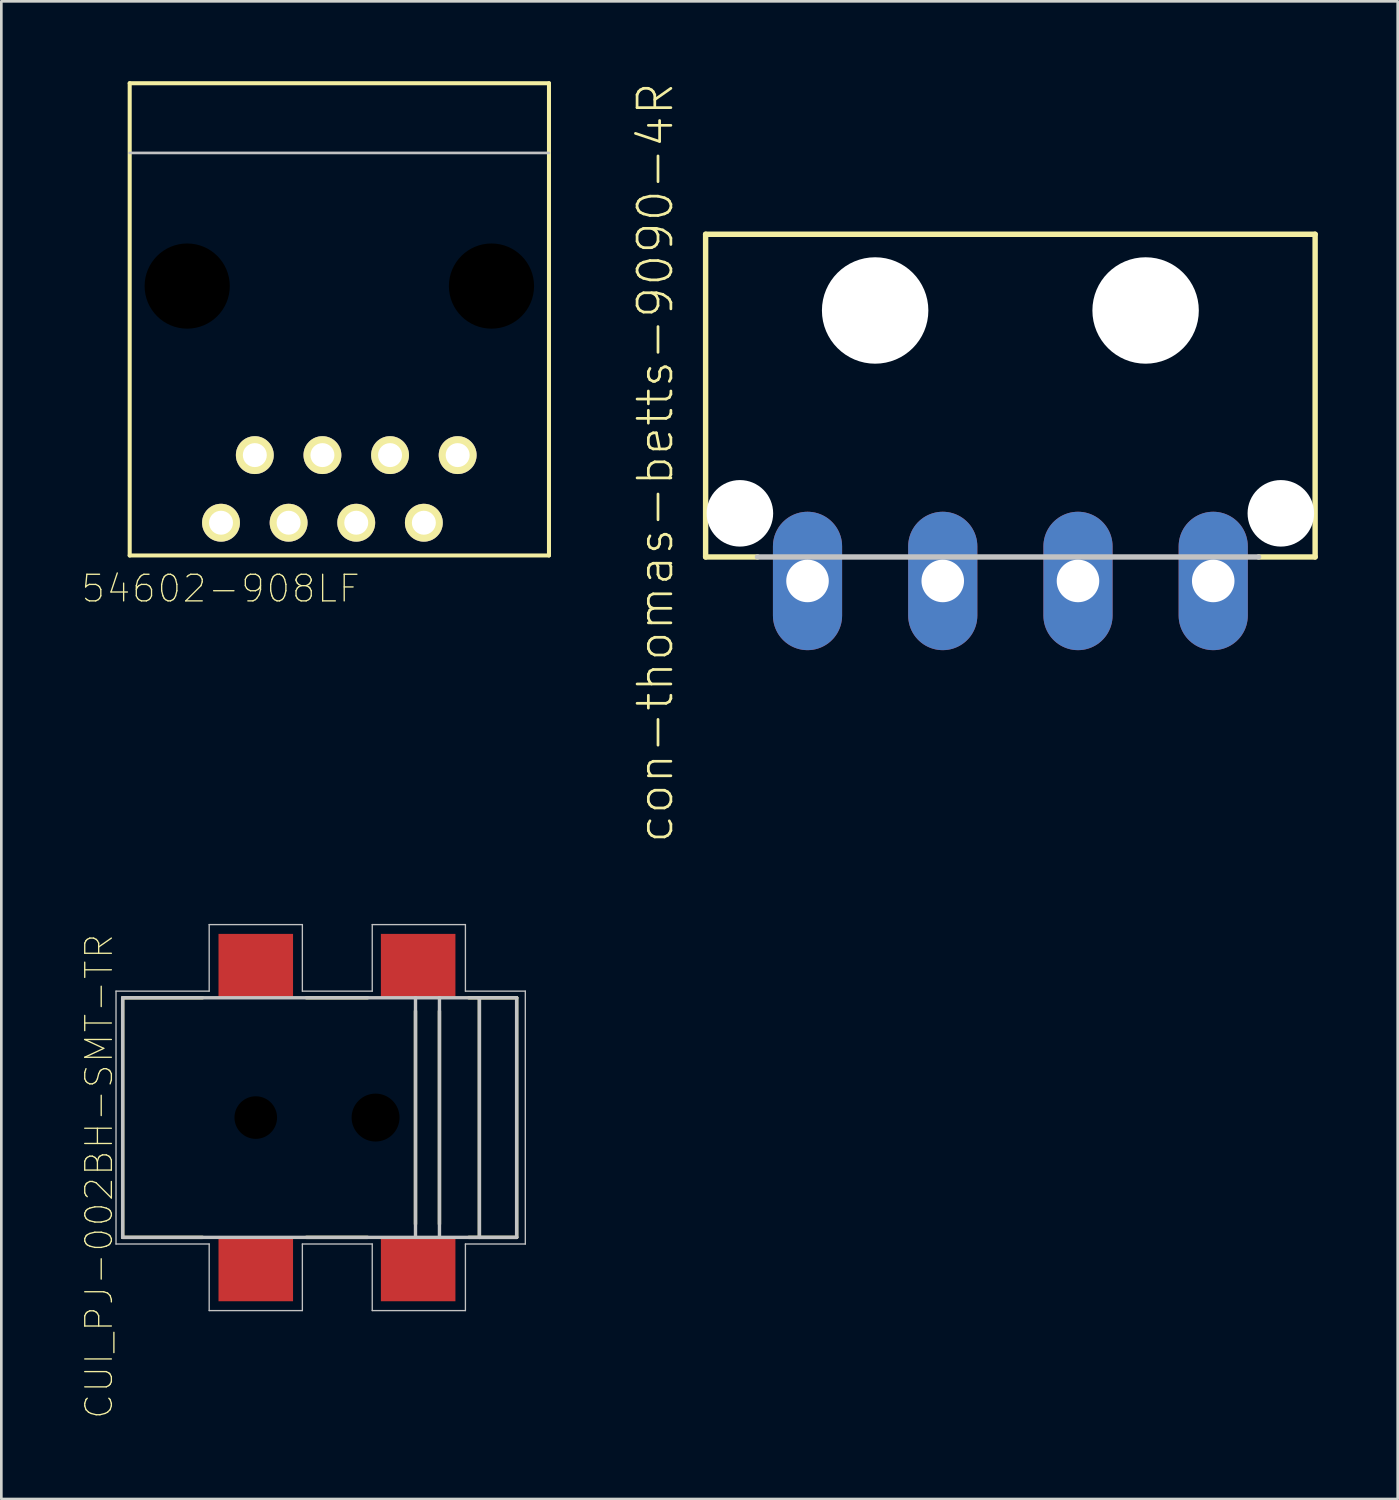
<source format=kicad_pcb>
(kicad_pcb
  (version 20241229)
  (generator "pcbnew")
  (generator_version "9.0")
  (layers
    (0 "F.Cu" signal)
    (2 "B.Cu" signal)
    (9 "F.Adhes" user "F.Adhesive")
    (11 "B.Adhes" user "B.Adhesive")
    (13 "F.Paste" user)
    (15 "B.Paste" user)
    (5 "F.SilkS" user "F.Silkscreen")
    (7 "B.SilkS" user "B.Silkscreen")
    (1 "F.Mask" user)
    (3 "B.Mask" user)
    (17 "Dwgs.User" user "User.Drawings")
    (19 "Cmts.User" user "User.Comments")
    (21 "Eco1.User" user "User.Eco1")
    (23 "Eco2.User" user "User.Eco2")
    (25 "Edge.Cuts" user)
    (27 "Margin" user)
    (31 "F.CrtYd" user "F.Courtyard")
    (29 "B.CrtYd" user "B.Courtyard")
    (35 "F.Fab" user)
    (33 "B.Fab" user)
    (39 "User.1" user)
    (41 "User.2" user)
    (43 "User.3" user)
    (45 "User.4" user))
  (footprint "54602-908LF"
    (layer "F.Cu")
    (at 9.697 7.696)
    (property "Reference" "54602-908LF" (at -4.46 11.365 0) (layer "F.SilkS") (effects (font (size 1 1) (thickness 0.05))))
    (attr through_hole)
    (fp_line (start -7.875 -7.62) (end 7.875 -7.62) (stroke (width 0.152) (type solid)) (layer "F.SilkS"))
    (fp_line (start -7.875 10.12) (end -7.875 -7.62) (stroke (width 0.152) (type solid)) (layer "F.SilkS"))
    (fp_line (start 7.875 -7.62) (end 7.875 10.12) (stroke (width 0.152) (type solid)) (layer "F.SilkS"))
    (fp_line (start 7.875 10.12) (end -7.875 10.12) (stroke (width 0.152) (type solid)) (layer "F.SilkS"))
    (fp_line (start -7.875 -5) (end 7.875 -5) (stroke (width 0.1) (type solid)) (layer "Dwgs.User"))
    (pad "" np_thru_hole circle (at -5.715 0) (size 3.2 3.2) (drill 3.2) (layers))
    (pad "" np_thru_hole circle (at 5.715 0) (size 3.2 3.2) (drill 3.2) (layers))
    (pad "1" thru_hole circle (at 4.445 6.35) (size 1.422 1.422) (drill 0.9) (layers "*.Cu" "*.Mask" "F.SilkS"))
    (pad "2" thru_hole circle (at 3.175 8.89) (size 1.422 1.422) (drill 0.9) (layers "*.Cu" "*.Mask" "F.SilkS"))
    (pad "3" thru_hole circle (at 1.905 6.35) (size 1.422 1.422) (drill 0.9) (layers "*.Cu" "*.Mask" "F.SilkS"))
    (pad "4" thru_hole circle (at 0.635 8.89) (size 1.422 1.422) (drill 0.9) (layers "*.Cu" "*.Mask" "F.SilkS"))
    (pad "5" thru_hole circle (at -0.635 6.35) (size 1.422 1.422) (drill 0.9) (layers "*.Cu" "*.Mask" "F.SilkS"))
    (pad "6" thru_hole circle (at -1.905 8.89) (size 1.422 1.422) (drill 0.9) (layers "*.Cu" "*.Mask" "F.SilkS"))
    (pad "7" thru_hole circle (at -3.175 6.35) (size 1.422 1.422) (drill 0.9) (layers "*.Cu" "*.Mask" "F.SilkS"))
    (pad "8" thru_hole circle (at -4.445 8.89) (size 1.422 1.422) (drill 0.9) (layers "*.Cu" "*.Mask" "F.SilkS")))
  (footprint "con-thomas-betts-9090-4R"
    (layer "F.Cu")
    (at 34.904 12.423)
    (property "Reference" "con-thomas-betts-9090-4R" (at -13.335 1.905 90) (layer "F.SilkS") (effects (font (size 1.27 1.27) (thickness 0.102))))
    (attr exclude_from_pos_files exclude_from_bom)
    (fp_line (start -11.448 -6.673) (end 11.448 -6.673) (stroke (width 0.203) (type solid)) (layer "F.SilkS"))
    (fp_line (start -11.448 5.448) (end -11.448 -6.673) (stroke (width 0.203) (type solid)) (layer "F.SilkS"))
    (fp_line (start -9.5 5.448) (end -11.448 5.448) (stroke (width 0.203) (type solid)) (layer "F.SilkS"))
    (fp_line (start 11.448 -6.673) (end 11.448 5.448) (stroke (width 0.203) (type solid)) (layer "F.SilkS"))
    (fp_line (start 11.448 5.448) (end 9.324 5.448) (stroke (width 0.203) (type solid)) (layer "F.SilkS"))
    (fp_line (start 9.324 5.448) (end -9.5 5.448) (stroke (width 0.203) (type solid)) (layer "Dwgs.User"))
    (pad "" np_thru_hole circle (at -10.16 3.81) (size 2.499 2.499) (drill 2.499) (layers "*.Cu" "*.Mask"))
    (pad "" np_thru_hole circle (at -5.08 -3.81) (size 3.998 3.998) (drill 3.998) (layers "*.Cu" "*.Mask"))
    (pad "" np_thru_hole circle (at 5.08 -3.81) (size 3.998 3.998) (drill 3.998) (layers "*.Cu" "*.Mask"))
    (pad "" np_thru_hole circle (at 10.16 3.81) (size 2.499 2.499) (drill 2.499) (layers "*.Cu" "*.Mask"))
    (pad "1" thru_hole oval (at -7.62 6.35 180) (size 2.598 5.199) (drill 1.598) (layers "*.Cu" "*.Paste" "*.Mask"))
    (pad "2" thru_hole oval (at -2.54 6.35 180) (size 2.598 5.199) (drill 1.598) (layers "*.Cu" "*.Paste" "*.Mask"))
    (pad "3" thru_hole oval (at 2.54 6.35 180) (size 2.598 5.199) (drill 1.598) (layers "*.Cu" "*.Paste" "*.Mask"))
    (pad "4" thru_hole oval (at 7.62 6.35 180) (size 2.598 5.199) (drill 1.598) (layers "*.Cu" "*.Paste" "*.Mask")))
  (footprint "CUI_PJ-002BH-SMT-TR"
    (layer "F.Cu")
    (at 6.558 38.931)
    (property "Reference" "CUI_PJ-002BH-SMT-TR" (at -5.885 2.21 90) (layer "F.SilkS") (effects (font (size 1 1) (thickness 0.05))))
    (attr smd)
    (fp_line (start -5 -4.5) (end -5 4.5) (stroke (width 0.127) (type solid)) (layer "F.SilkS"))
    (fp_line (start -5 4.5) (end -2 4.5) (stroke (width 0.127) (type solid)) (layer "F.SilkS"))
    (fp_line (start -2 -4.5) (end -5 -4.5) (stroke (width 0.127) (type solid)) (layer "F.SilkS"))
    (fp_line (start 1.9 -4.5) (end 4.2 -4.5) (stroke (width 0.127) (type solid)) (layer "F.SilkS"))
    (fp_line (start 1.9 4.5) (end 4.2 4.5) (stroke (width 0.127) (type solid)) (layer "F.SilkS"))
    (fp_line (start 6 -4) (end 6 4) (stroke (width 0.127) (type solid)) (layer "F.SilkS"))
    (fp_line (start 6.9 -4) (end 6.9 4) (stroke (width 0.127) (type solid)) (layer "F.SilkS"))
    (fp_line (start 8 4.5) (end 8.4 4.5) (stroke (width 0.127) (type solid)) (layer "F.SilkS"))
    (fp_line (start 8.4 -4.5) (end 8 -4.5) (stroke (width 0.127) (type solid)) (layer "F.SilkS"))
    (fp_line (start 8.4 -4.5) (end 8.4 4.5) (stroke (width 0.127) (type solid)) (layer "F.SilkS"))
    (fp_line (start 8.4 4.5) (end 9.8 4.5) (stroke (width 0.127) (type solid)) (layer "F.SilkS"))
    (fp_line (start 9.8 -4.5) (end 8.4 -4.5) (stroke (width 0.127) (type solid)) (layer "F.SilkS"))
    (fp_line (start 9.8 4.5) (end 9.8 -4.5) (stroke (width 0.127) (type solid)) (layer "F.SilkS"))
    (fp_line (start -5.25 -4.75) (end -5.25 4.75) (stroke (width 0.05) (type solid)) (layer "Dwgs.User"))
    (fp_line (start -5.25 4.75) (end -1.75 4.75) (stroke (width 0.05) (type solid)) (layer "Dwgs.User"))
    (fp_line (start -5 -4.5) (end 6 -4.5) (stroke (width 0.127) (type solid)) (layer "Dwgs.User"))
    (fp_line (start -5 4.5) (end -5 -4.5) (stroke (width 0.127) (type solid)) (layer "Dwgs.User"))
    (fp_line (start -1.75 -7.25) (end -1.75 -4.75) (stroke (width 0.05) (type solid)) (layer "Dwgs.User"))
    (fp_line (start -1.75 -4.75) (end -5.25 -4.75) (stroke (width 0.05) (type solid)) (layer "Dwgs.User"))
    (fp_line (start -1.75 4.75) (end -1.75 7.25) (stroke (width 0.05) (type solid)) (layer "Dwgs.User"))
    (fp_line (start -1.75 7.25) (end 1.75 7.25) (stroke (width 0.05) (type solid)) (layer "Dwgs.User"))
    (fp_line (start 1.75 -7.25) (end -1.75 -7.25) (stroke (width 0.05) (type solid)) (layer "Dwgs.User"))
    (fp_line (start 1.75 -4.75) (end 1.75 -7.25) (stroke (width 0.05) (type solid)) (layer "Dwgs.User"))
    (fp_line (start 1.75 4.75) (end 4.375 4.75) (stroke (width 0.05) (type solid)) (layer "Dwgs.User"))
    (fp_line (start 1.75 7.25) (end 1.75 4.75) (stroke (width 0.05) (type solid)) (layer "Dwgs.User"))
    (fp_line (start 4.375 -7.25) (end 4.375 -4.75) (stroke (width 0.05) (type solid)) (layer "Dwgs.User"))
    (fp_line (start 4.375 -4.75) (end 1.75 -4.75) (stroke (width 0.05) (type solid)) (layer "Dwgs.User"))
    (fp_line (start 4.375 4.75) (end 4.375 7.25) (stroke (width 0.05) (type solid)) (layer "Dwgs.User"))
    (fp_line (start 4.375 7.25) (end 7.875 7.25) (stroke (width 0.05) (type solid)) (layer "Dwgs.User"))
    (fp_line (start 6 -4.5) (end 6 4.5) (stroke (width 0.127) (type solid)) (layer "Dwgs.User"))
    (fp_line (start 6 -4.5) (end 6.9 -4.5) (stroke (width 0.127) (type solid)) (layer "Dwgs.User"))
    (fp_line (start 6 4.5) (end -5 4.5) (stroke (width 0.127) (type solid)) (layer "Dwgs.User"))
    (fp_line (start 6.9 -4.5) (end 6.9 4.5) (stroke (width 0.127) (type solid)) (layer "Dwgs.User"))
    (fp_line (start 6.9 -4.5) (end 8.4 -4.5) (stroke (width 0.127) (type solid)) (layer "Dwgs.User"))
    (fp_line (start 6.9 4.5) (end 6 4.5) (stroke (width 0.127) (type solid)) (layer "Dwgs.User"))
    (fp_line (start 7.875 -7.25) (end 4.375 -7.25) (stroke (width 0.05) (type solid)) (layer "Dwgs.User"))
    (fp_line (start 7.875 -4.75) (end 7.875 -7.25) (stroke (width 0.05) (type solid)) (layer "Dwgs.User"))
    (fp_line (start 7.875 4.75) (end 10.125 4.75) (stroke (width 0.05) (type solid)) (layer "Dwgs.User"))
    (fp_line (start 7.875 7.25) (end 7.875 4.75) (stroke (width 0.05) (type solid)) (layer "Dwgs.User"))
    (fp_line (start 8.4 -4.5) (end 8.4 4.5) (stroke (width 0.127) (type solid)) (layer "Dwgs.User"))
    (fp_line (start 8.4 -4.5) (end 9.8 -4.5) (stroke (width 0.127) (type solid)) (layer "Dwgs.User"))
    (fp_line (start 8.4 4.5) (end 6.9 4.5) (stroke (width 0.127) (type solid)) (layer "Dwgs.User"))
    (fp_line (start 9.8 -4.5) (end 9.8 4.5) (stroke (width 0.127) (type solid)) (layer "Dwgs.User"))
    (fp_line (start 9.8 4.5) (end 8.4 4.5) (stroke (width 0.127) (type solid)) (layer "Dwgs.User"))
    (fp_line (start 10.125 -4.75) (end 7.875 -4.75) (stroke (width 0.05) (type solid)) (layer "Dwgs.User"))
    (fp_line (start 10.125 4.75) (end 10.125 -4.75) (stroke (width 0.05) (type solid)) (layer "Dwgs.User"))
    (pad "" np_thru_hole circle (at 0 0) (size 1.6 1.6) (drill 1.6) (layers))
    (pad "" np_thru_hole circle (at 4.5 0) (size 1.8 1.8) (drill 1.8) (layers))
    (pad "1" smd rect (at 0 -5.7) (size 2.8 2.4) (layers "F.Cu" "F.Mask" "F.Paste"))
    (pad "1" smd rect (at 6.1 -5.7) (size 2.8 2.4) (layers "F.Cu" "F.Mask" "F.Paste"))
    (pad "2" smd rect (at 0 5.7) (size 2.8 2.4) (layers "F.Cu" "F.Mask" "F.Paste"))
    (pad "3" smd rect (at 6.1 5.7) (size 2.8 2.4) (layers "F.Cu" "F.Mask" "F.Paste")))
  (gr_rect
    (start -3 -3)
    (end 49.454 53.259)
    (stroke (width 0.1) (type default))
    (fill no)
    (layer "Edge.Cuts")))
</source>
